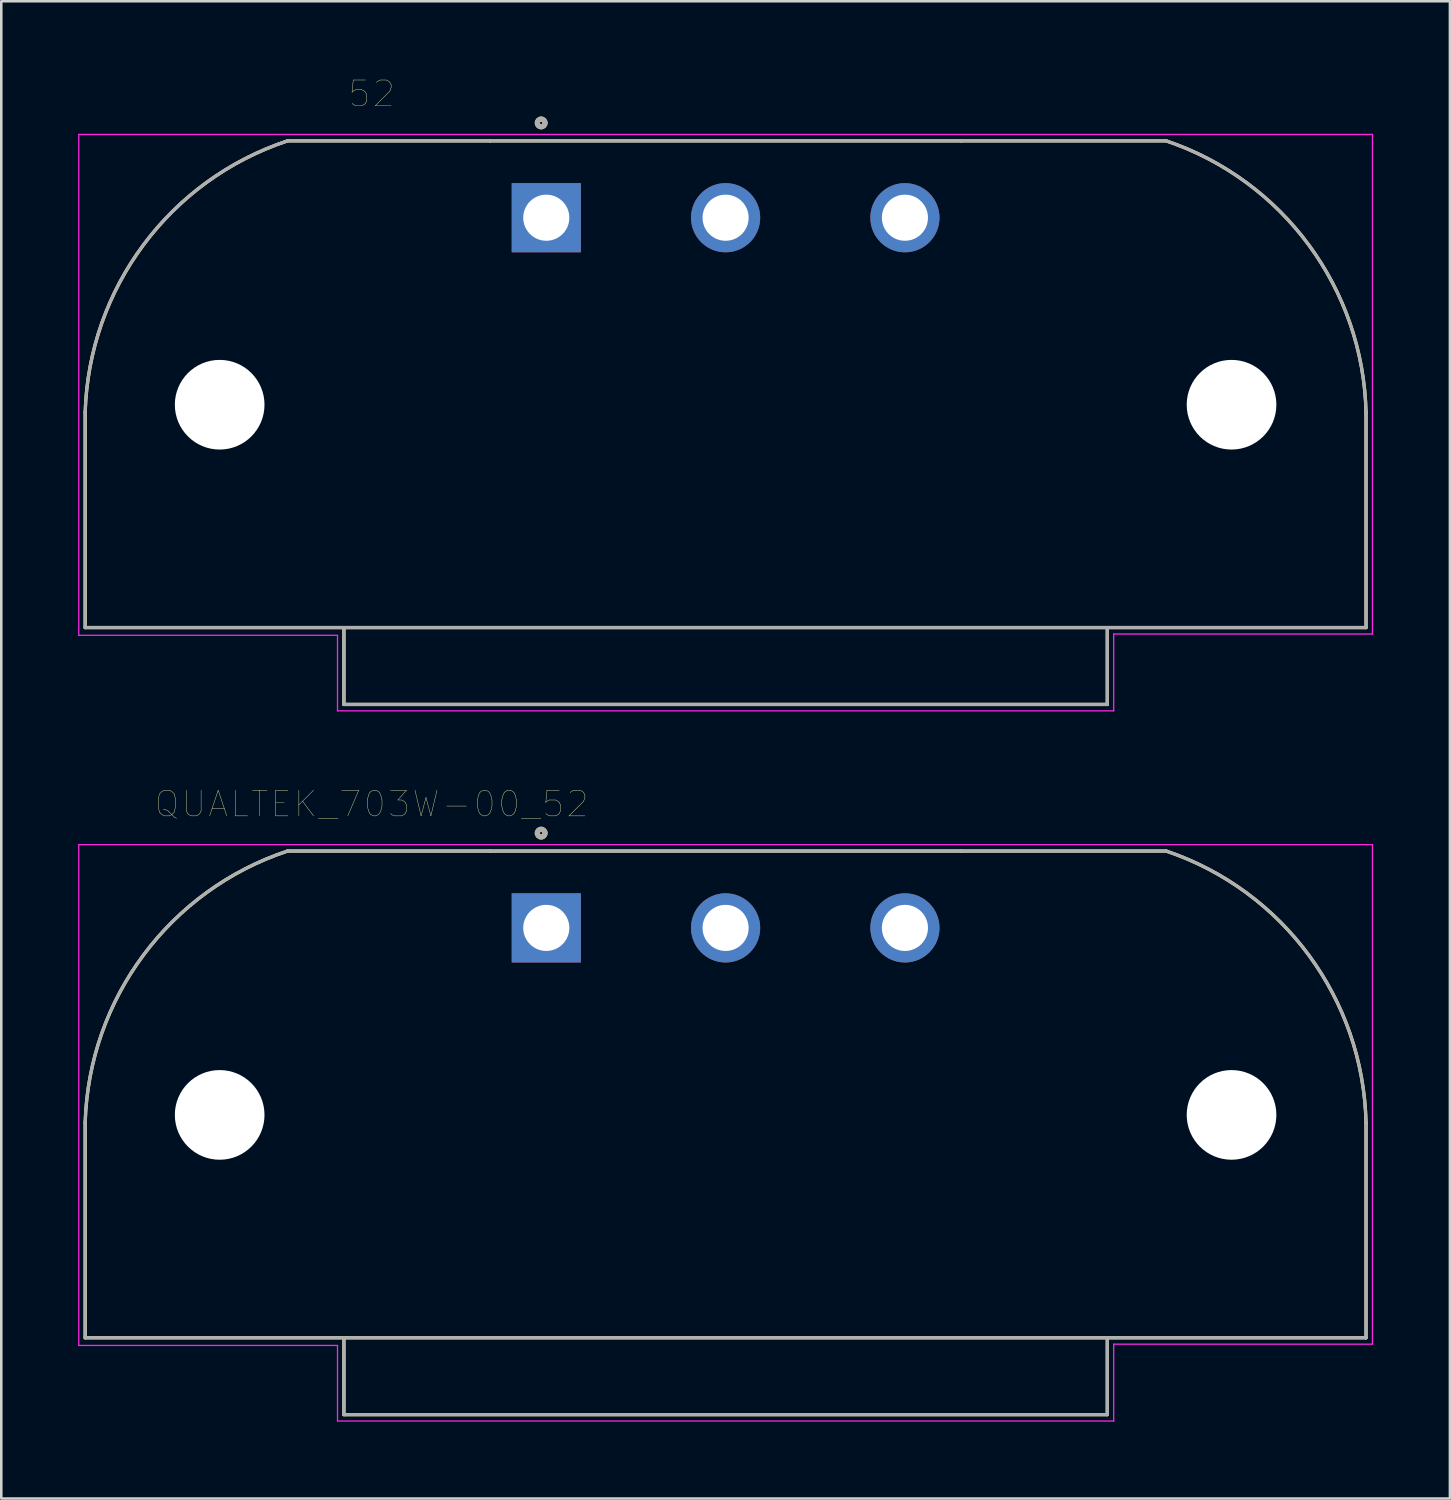
<source format=kicad_pcb>
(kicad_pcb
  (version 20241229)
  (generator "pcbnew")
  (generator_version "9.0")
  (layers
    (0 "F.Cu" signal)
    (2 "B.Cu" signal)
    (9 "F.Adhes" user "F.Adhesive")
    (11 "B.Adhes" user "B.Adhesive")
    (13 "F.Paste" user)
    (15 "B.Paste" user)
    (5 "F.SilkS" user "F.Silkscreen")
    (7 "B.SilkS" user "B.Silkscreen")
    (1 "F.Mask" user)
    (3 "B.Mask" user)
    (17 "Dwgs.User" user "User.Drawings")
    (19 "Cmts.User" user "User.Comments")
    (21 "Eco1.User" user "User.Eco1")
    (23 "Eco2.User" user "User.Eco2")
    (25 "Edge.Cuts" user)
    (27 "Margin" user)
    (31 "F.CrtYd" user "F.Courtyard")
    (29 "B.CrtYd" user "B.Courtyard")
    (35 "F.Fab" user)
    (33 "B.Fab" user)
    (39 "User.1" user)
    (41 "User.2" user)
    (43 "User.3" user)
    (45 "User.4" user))
  (footprint "QUALTEK_703W-00_52"
    (layer "F.Cu")
    (at 18.275 33.172)
    (property "Reference" "QUALTEK_703W-00_52" (at -6.819 -4.836 0) (layer "F.SilkS") (effects (font (size 1.002 1.002) (thickness 0.015))))
    (attr through_hole)
    (fp_line (start -18 16) (end -18 7.6) (stroke (width 0.127) (type solid)) (layer "F.SilkS"))
    (fp_line (start -10.1 -3) (end -2.2 -3) (stroke (width 0.127) (type solid)) (layer "F.SilkS"))
    (fp_line (start -7.9 16) (end -18 16) (stroke (width 0.127) (type solid)) (layer "F.SilkS"))
    (fp_line (start -7.9 19) (end -7.9 16) (stroke (width 0.127) (type solid)) (layer "F.SilkS"))
    (fp_line (start 16.2 -3) (end -2.2 -3) (stroke (width 0.127) (type solid)) (layer "F.SilkS"))
    (fp_line (start 21.9 16) (end -7.9 16) (stroke (width 0.127) (type solid)) (layer "F.SilkS"))
    (fp_line (start 21.9 19) (end -7.9 19) (stroke (width 0.127) (type solid)) (layer "F.SilkS"))
    (fp_line (start 21.9 19) (end 21.9 16) (stroke (width 0.127) (type solid)) (layer "F.SilkS"))
    (fp_line (start 24.2 -3) (end 16.2 -3) (stroke (width 0.127) (type solid)) (layer "F.SilkS"))
    (fp_line (start 32 16) (end 21.9 16) (stroke (width 0.127) (type solid)) (layer "F.SilkS"))
    (fp_line (start 32 16) (end 32 7.6) (stroke (width 0.127) (type solid)) (layer "F.SilkS"))
    (fp_arc (start -18.000001 7.6) (mid -15.721084 1.054569) (end -10.1 -3) (stroke (width 0.127) (type solid)) (layer "F.SilkS"))
    (fp_arc (start 24.2 -3) (mid 29.771083 1.070334) (end 32 7.599999) (stroke (width 0.127) (type solid)) (layer "F.SilkS"))
    (fp_circle (center -0.2 -3.7) (end -0.05 -3.7) (stroke (width 0.2) (type solid)) (fill no) (layer "F.SilkS"))
    (fp_line (start -18.25 -3.25) (end 32.25 -3.25) (stroke (width 0.05) (type solid)) (layer "F.CrtYd"))
    (fp_line (start -18.25 16.3) (end -18.25 -3.25) (stroke (width 0.05) (type solid)) (layer "F.CrtYd"))
    (fp_line (start -8.15 16.3) (end -18.25 16.3) (stroke (width 0.05) (type solid)) (layer "F.CrtYd"))
    (fp_line (start -8.15 19.25) (end -8.15 16.3) (stroke (width 0.05) (type solid)) (layer "F.CrtYd"))
    (fp_line (start 22.15 16.25) (end 22.15 19.25) (stroke (width 0.05) (type solid)) (layer "F.CrtYd"))
    (fp_line (start 22.15 19.25) (end -8.15 19.25) (stroke (width 0.05) (type solid)) (layer "F.CrtYd"))
    (fp_line (start 32.25 -3.25) (end 32.25 16.25) (stroke (width 0.05) (type solid)) (layer "F.CrtYd"))
    (fp_line (start 32.25 16.25) (end 22.15 16.25) (stroke (width 0.05) (type solid)) (layer "F.CrtYd"))
    (fp_line (start -18 16) (end -18 7.6) (stroke (width 0.127) (type solid)) (layer "F.Fab"))
    (fp_line (start -10.1 -3) (end -2.2 -3) (stroke (width 0.127) (type solid)) (layer "F.Fab"))
    (fp_line (start -7.9 16) (end -18 16) (stroke (width 0.127) (type solid)) (layer "F.Fab"))
    (fp_line (start -7.9 19) (end -7.9 16) (stroke (width 0.127) (type solid)) (layer "F.Fab"))
    (fp_line (start 16.2 -3) (end -2.2 -3) (stroke (width 0.127) (type solid)) (layer "F.Fab"))
    (fp_line (start 21.9 16) (end -7.9 16) (stroke (width 0.127) (type solid)) (layer "F.Fab"))
    (fp_line (start 21.9 19) (end -7.9 19) (stroke (width 0.127) (type solid)) (layer "F.Fab"))
    (fp_line (start 21.9 19) (end 21.9 16) (stroke (width 0.127) (type solid)) (layer "F.Fab"))
    (fp_line (start 24.2 -3) (end 16.2 -3) (stroke (width 0.127) (type solid)) (layer "F.Fab"))
    (fp_line (start 32 16) (end 21.9 16) (stroke (width 0.127) (type solid)) (layer "F.Fab"))
    (fp_line (start 32 16) (end 32 7.6) (stroke (width 0.127) (type solid)) (layer "F.Fab"))
    (fp_arc (start -18.000001 7.6) (mid -15.721084 1.054569) (end -10.1 -3) (stroke (width 0.127) (type solid)) (layer "F.Fab"))
    (fp_arc (start 24.2 -3) (mid 29.771083 1.070334) (end 32 7.599999) (stroke (width 0.127) (type solid)) (layer "F.Fab"))
    (fp_circle (center -0.2 -3.7) (end -0.05 -3.7) (stroke (width 0.2) (type solid)) (fill no) (layer "F.Fab"))
    (pad "" np_thru_hole circle (at -12.75 7.3) (size 3.5 3.5) (drill 3.5) (layers "*.Cu" "*.Mask"))
    (pad "" np_thru_hole circle (at 26.75 7.3) (size 3.5 3.5) (drill 3.5) (layers "*.Cu" "*.Mask"))
    (pad "1" thru_hole rect (at 0 0) (size 2.7 2.7) (drill 1.8) (layers "*.Cu" "*.Mask"))
    (pad "2" thru_hole circle (at 7 0) (size 2.7 2.7) (drill 1.8) (layers "*.Cu" "*.Mask"))
    (pad "3" thru_hole circle (at 14 0) (size 2.7 2.7) (drill 1.8) (layers "*.Cu" "*.Mask")))
  (footprint "52"
    (layer "F.Cu")
    (at 18.275 5.449)
    (property "Reference" "52" (at -6.819 -4.836 0) (layer "F.SilkS") (effects (font (size 1.002 1.002) (thickness 0.015))))
    (attr through_hole)
    (fp_line (start -18 16) (end -18 7.6) (stroke (width 0.127) (type solid)) (layer "F.SilkS"))
    (fp_line (start -10.1 -3) (end -2.2 -3) (stroke (width 0.127) (type solid)) (layer "F.SilkS"))
    (fp_line (start -7.9 16) (end -18 16) (stroke (width 0.127) (type solid)) (layer "F.SilkS"))
    (fp_line (start -7.9 19) (end -7.9 16) (stroke (width 0.127) (type solid)) (layer "F.SilkS"))
    (fp_line (start 16.2 -3) (end -2.2 -3) (stroke (width 0.127) (type solid)) (layer "F.SilkS"))
    (fp_line (start 21.9 16) (end -7.9 16) (stroke (width 0.127) (type solid)) (layer "F.SilkS"))
    (fp_line (start 21.9 19) (end -7.9 19) (stroke (width 0.127) (type solid)) (layer "F.SilkS"))
    (fp_line (start 21.9 19) (end 21.9 16) (stroke (width 0.127) (type solid)) (layer "F.SilkS"))
    (fp_line (start 24.2 -3) (end 16.2 -3) (stroke (width 0.127) (type solid)) (layer "F.SilkS"))
    (fp_line (start 32 16) (end 21.9 16) (stroke (width 0.127) (type solid)) (layer "F.SilkS"))
    (fp_line (start 32 16) (end 32 7.6) (stroke (width 0.127) (type solid)) (layer "F.SilkS"))
    (fp_arc (start -18.000001 7.6) (mid -15.721084 1.054569) (end -10.1 -3) (stroke (width 0.127) (type solid)) (layer "F.SilkS"))
    (fp_arc (start 24.2 -3) (mid 29.771083 1.070334) (end 32 7.599999) (stroke (width 0.127) (type solid)) (layer "F.SilkS"))
    (fp_circle (center -0.2 -3.7) (end -0.05 -3.7) (stroke (width 0.2) (type solid)) (fill no) (layer "F.SilkS"))
    (fp_line (start -18.25 -3.25) (end 32.25 -3.25) (stroke (width 0.05) (type solid)) (layer "F.CrtYd"))
    (fp_line (start -18.25 16.3) (end -18.25 -3.25) (stroke (width 0.05) (type solid)) (layer "F.CrtYd"))
    (fp_line (start -8.15 16.3) (end -18.25 16.3) (stroke (width 0.05) (type solid)) (layer "F.CrtYd"))
    (fp_line (start -8.15 19.25) (end -8.15 16.3) (stroke (width 0.05) (type solid)) (layer "F.CrtYd"))
    (fp_line (start 22.15 16.25) (end 22.15 19.25) (stroke (width 0.05) (type solid)) (layer "F.CrtYd"))
    (fp_line (start 22.15 19.25) (end -8.15 19.25) (stroke (width 0.05) (type solid)) (layer "F.CrtYd"))
    (fp_line (start 32.25 -3.25) (end 32.25 16.25) (stroke (width 0.05) (type solid)) (layer "F.CrtYd"))
    (fp_line (start 32.25 16.25) (end 22.15 16.25) (stroke (width 0.05) (type solid)) (layer "F.CrtYd"))
    (fp_line (start -18 16) (end -18 7.6) (stroke (width 0.127) (type solid)) (layer "F.Fab"))
    (fp_line (start -10.1 -3) (end -2.2 -3) (stroke (width 0.127) (type solid)) (layer "F.Fab"))
    (fp_line (start -7.9 16) (end -18 16) (stroke (width 0.127) (type solid)) (layer "F.Fab"))
    (fp_line (start -7.9 19) (end -7.9 16) (stroke (width 0.127) (type solid)) (layer "F.Fab"))
    (fp_line (start 16.2 -3) (end -2.2 -3) (stroke (width 0.127) (type solid)) (layer "F.Fab"))
    (fp_line (start 21.9 16) (end -7.9 16) (stroke (width 0.127) (type solid)) (layer "F.Fab"))
    (fp_line (start 21.9 19) (end -7.9 19) (stroke (width 0.127) (type solid)) (layer "F.Fab"))
    (fp_line (start 21.9 19) (end 21.9 16) (stroke (width 0.127) (type solid)) (layer "F.Fab"))
    (fp_line (start 24.2 -3) (end 16.2 -3) (stroke (width 0.127) (type solid)) (layer "F.Fab"))
    (fp_line (start 32 16) (end 21.9 16) (stroke (width 0.127) (type solid)) (layer "F.Fab"))
    (fp_line (start 32 16) (end 32 7.6) (stroke (width 0.127) (type solid)) (layer "F.Fab"))
    (fp_arc (start -18.000001 7.6) (mid -15.721084 1.054569) (end -10.1 -3) (stroke (width 0.127) (type solid)) (layer "F.Fab"))
    (fp_arc (start 24.2 -3) (mid 29.771083 1.070334) (end 32 7.599999) (stroke (width 0.127) (type solid)) (layer "F.Fab"))
    (fp_circle (center -0.2 -3.7) (end -0.05 -3.7) (stroke (width 0.2) (type solid)) (fill no) (layer "F.Fab"))
    (pad "" np_thru_hole circle (at -12.75 7.3) (size 3.5 3.5) (drill 3.5) (layers "*.Cu" "*.Mask"))
    (pad "" np_thru_hole circle (at 26.75 7.3) (size 3.5 3.5) (drill 3.5) (layers "*.Cu" "*.Mask"))
    (pad "1" thru_hole rect (at 0 0) (size 2.7 2.7) (drill 1.8) (layers "*.Cu" "*.Mask"))
    (pad "2" thru_hole circle (at 7 0) (size 2.7 2.7) (drill 1.8) (layers "*.Cu" "*.Mask"))
    (pad "3" thru_hole circle (at 14 0) (size 2.7 2.7) (drill 1.8) (layers "*.Cu" "*.Mask")))
  (gr_rect
    (start -3 -3)
    (end 53.55 55.447)
    (stroke (width 0.1) (type default))
    (fill no)
    (layer "Edge.Cuts")))
</source>
